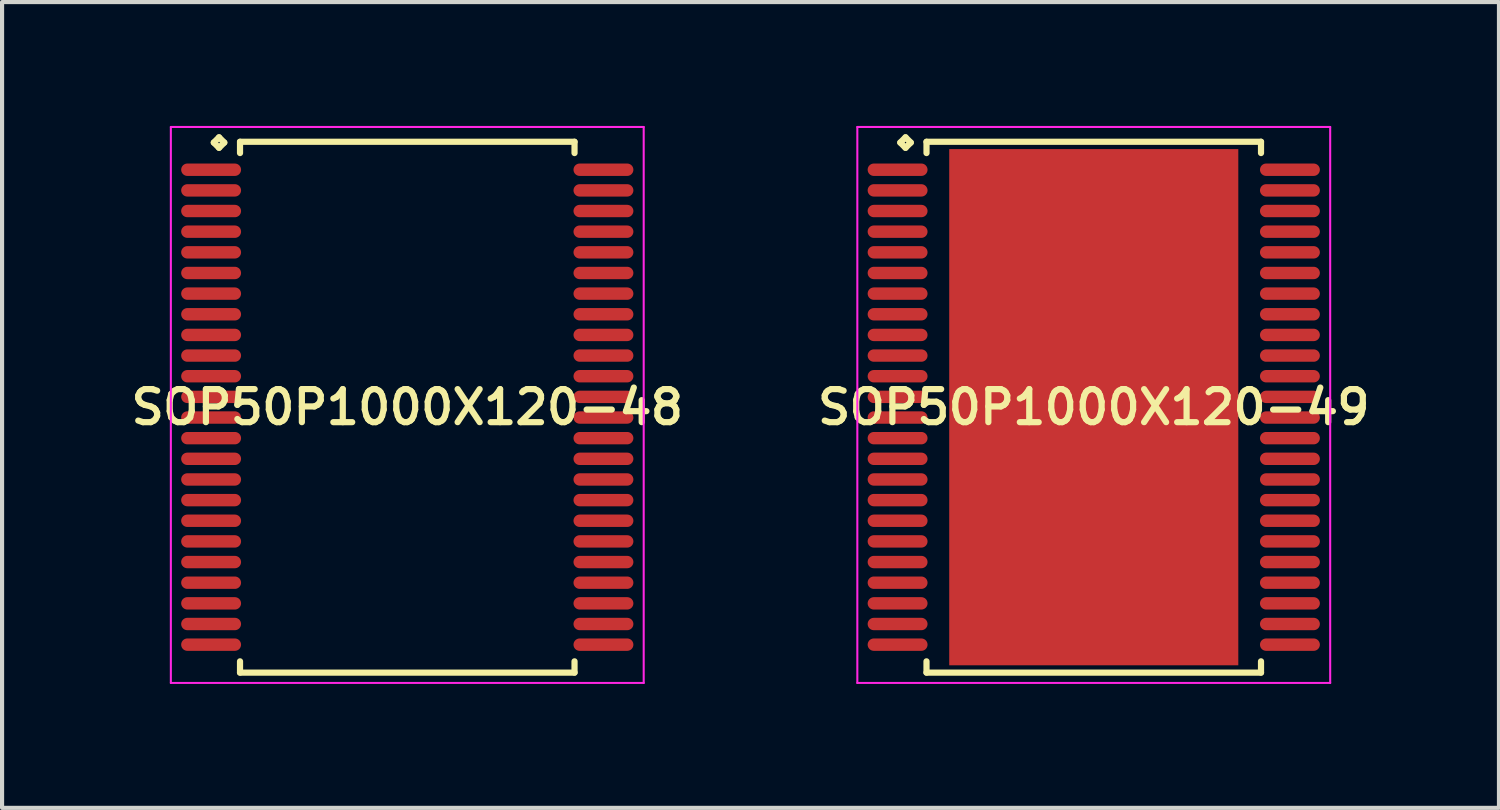
<source format=kicad_pcb>
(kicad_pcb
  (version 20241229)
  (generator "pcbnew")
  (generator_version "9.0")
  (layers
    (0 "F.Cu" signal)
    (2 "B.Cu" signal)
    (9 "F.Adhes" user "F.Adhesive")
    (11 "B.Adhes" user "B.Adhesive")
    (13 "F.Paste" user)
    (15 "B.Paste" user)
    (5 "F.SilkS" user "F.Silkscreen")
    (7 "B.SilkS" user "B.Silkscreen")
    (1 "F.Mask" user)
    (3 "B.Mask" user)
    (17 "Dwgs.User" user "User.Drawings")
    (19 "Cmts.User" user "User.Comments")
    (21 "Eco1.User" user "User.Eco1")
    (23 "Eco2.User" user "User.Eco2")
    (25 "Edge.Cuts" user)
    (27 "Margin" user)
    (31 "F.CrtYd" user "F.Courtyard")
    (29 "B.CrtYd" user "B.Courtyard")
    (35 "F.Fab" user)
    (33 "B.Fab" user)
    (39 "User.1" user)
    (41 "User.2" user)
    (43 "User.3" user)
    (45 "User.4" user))
  (footprint "SOP50P1000X120-49"
    (layer "F.Cu")
    (at 23.435 6.81)
    (property "Reference" "SOP50P1000X120-49" (at 0 0 0) (layer "F.SilkS") (effects (font (size 0.8 0.8) (thickness 0.15))))
    (attr smd)
    (fp_line (start -4.685 -6.408) (end -4.558 -6.535) (stroke (width 0.15) (type solid)) (layer "F.SilkS"))
    (fp_line (start -4.558 -6.535) (end -4.431 -6.408) (stroke (width 0.15) (type solid)) (layer "F.SilkS"))
    (fp_line (start -4.558 -6.281) (end -4.685 -6.408) (stroke (width 0.15) (type solid)) (layer "F.SilkS"))
    (fp_line (start -4.431 -6.408) (end -4.558 -6.281) (stroke (width 0.15) (type solid)) (layer "F.SilkS"))
    (fp_line (start -4.05 -6.427) (end 4.05 -6.427) (stroke (width 0.15) (type solid)) (layer "F.SilkS"))
    (fp_line (start -4.05 -6.154) (end -4.05 -6.427) (stroke (width 0.15) (type solid)) (layer "F.SilkS"))
    (fp_line (start -4.05 6.154) (end -4.05 6.427) (stroke (width 0.15) (type solid)) (layer "F.SilkS"))
    (fp_line (start -4.05 6.427) (end 4.05 6.427) (stroke (width 0.15) (type solid)) (layer "F.SilkS"))
    (fp_line (start 4.05 -6.427) (end 4.05 -6.154) (stroke (width 0.15) (type solid)) (layer "F.SilkS"))
    (fp_line (start 4.05 6.427) (end 4.05 6.154) (stroke (width 0.15) (type solid)) (layer "F.SilkS"))
    (fp_line (start -5.725 -6.785) (end 5.725 -6.785) (stroke (width 0.05) (type solid)) (layer "F.CrtYd"))
    (fp_line (start -5.725 6.677) (end -5.725 -6.785) (stroke (width 0.05) (type solid)) (layer "F.CrtYd"))
    (fp_line (start 5.725 -6.785) (end 5.725 6.677) (stroke (width 0.05) (type solid)) (layer "F.CrtYd"))
    (fp_line (start 5.725 6.677) (end -5.725 6.677) (stroke (width 0.05) (type solid)) (layer "F.CrtYd"))
    (pad "1" smd oval (at -4.75 -5.75) (size 1.45 0.3) (layers "F.Cu" "F.Mask" "F.Paste"))
    (pad "2" smd oval (at -4.75 -5.25) (size 1.45 0.3) (layers "F.Cu" "F.Mask" "F.Paste"))
    (pad "3" smd oval (at -4.75 -4.75) (size 1.45 0.3) (layers "F.Cu" "F.Mask" "F.Paste"))
    (pad "4" smd oval (at -4.75 -4.25) (size 1.45 0.3) (layers "F.Cu" "F.Mask" "F.Paste"))
    (pad "5" smd oval (at -4.75 -3.75) (size 1.45 0.3) (layers "F.Cu" "F.Mask" "F.Paste"))
    (pad "6" smd oval (at -4.75 -3.25) (size 1.45 0.3) (layers "F.Cu" "F.Mask" "F.Paste"))
    (pad "7" smd oval (at -4.75 -2.75) (size 1.45 0.3) (layers "F.Cu" "F.Mask" "F.Paste"))
    (pad "8" smd oval (at -4.75 -2.25) (size 1.45 0.3) (layers "F.Cu" "F.Mask" "F.Paste"))
    (pad "9" smd oval (at -4.75 -1.75) (size 1.45 0.3) (layers "F.Cu" "F.Mask" "F.Paste"))
    (pad "10" smd oval (at -4.75 -1.25) (size 1.45 0.3) (layers "F.Cu" "F.Mask" "F.Paste"))
    (pad "11" smd oval (at -4.75 -0.75) (size 1.45 0.3) (layers "F.Cu" "F.Mask" "F.Paste"))
    (pad "12" smd oval (at -4.75 -0.25) (size 1.45 0.3) (layers "F.Cu" "F.Mask" "F.Paste"))
    (pad "13" smd oval (at -4.75 0.25) (size 1.45 0.3) (layers "F.Cu" "F.Mask" "F.Paste"))
    (pad "14" smd oval (at -4.75 0.75) (size 1.45 0.3) (layers "F.Cu" "F.Mask" "F.Paste"))
    (pad "15" smd oval (at -4.75 1.25) (size 1.45 0.3) (layers "F.Cu" "F.Mask" "F.Paste"))
    (pad "16" smd oval (at -4.75 1.75) (size 1.45 0.3) (layers "F.Cu" "F.Mask" "F.Paste"))
    (pad "17" smd oval (at -4.75 2.25) (size 1.45 0.3) (layers "F.Cu" "F.Mask" "F.Paste"))
    (pad "18" smd oval (at -4.75 2.75) (size 1.45 0.3) (layers "F.Cu" "F.Mask" "F.Paste"))
    (pad "19" smd oval (at -4.75 3.25) (size 1.45 0.3) (layers "F.Cu" "F.Mask" "F.Paste"))
    (pad "20" smd oval (at -4.75 3.75) (size 1.45 0.3) (layers "F.Cu" "F.Mask" "F.Paste"))
    (pad "21" smd oval (at -4.75 4.25) (size 1.45 0.3) (layers "F.Cu" "F.Mask" "F.Paste"))
    (pad "22" smd oval (at -4.75 4.75) (size 1.45 0.3) (layers "F.Cu" "F.Mask" "F.Paste"))
    (pad "23" smd oval (at -4.75 5.25) (size 1.45 0.3) (layers "F.Cu" "F.Mask" "F.Paste"))
    (pad "24" smd oval (at -4.75 5.75) (size 1.45 0.3) (layers "F.Cu" "F.Mask" "F.Paste"))
    (pad "25" smd oval (at 4.75 5.75) (size 1.45 0.3) (layers "F.Cu" "F.Mask" "F.Paste"))
    (pad "26" smd oval (at 4.75 5.25) (size 1.45 0.3) (layers "F.Cu" "F.Mask" "F.Paste"))
    (pad "27" smd oval (at 4.75 4.75) (size 1.45 0.3) (layers "F.Cu" "F.Mask" "F.Paste"))
    (pad "28" smd oval (at 4.75 4.25) (size 1.45 0.3) (layers "F.Cu" "F.Mask" "F.Paste"))
    (pad "29" smd oval (at 4.75 3.75) (size 1.45 0.3) (layers "F.Cu" "F.Mask" "F.Paste"))
    (pad "30" smd oval (at 4.75 3.25) (size 1.45 0.3) (layers "F.Cu" "F.Mask" "F.Paste"))
    (pad "31" smd oval (at 4.75 2.75) (size 1.45 0.3) (layers "F.Cu" "F.Mask" "F.Paste"))
    (pad "32" smd oval (at 4.75 2.25) (size 1.45 0.3) (layers "F.Cu" "F.Mask" "F.Paste"))
    (pad "33" smd oval (at 4.75 1.75) (size 1.45 0.3) (layers "F.Cu" "F.Mask" "F.Paste"))
    (pad "34" smd oval (at 4.75 1.25) (size 1.45 0.3) (layers "F.Cu" "F.Mask" "F.Paste"))
    (pad "35" smd oval (at 4.75 0.75) (size 1.45 0.3) (layers "F.Cu" "F.Mask" "F.Paste"))
    (pad "36" smd oval (at 4.75 0.25) (size 1.45 0.3) (layers "F.Cu" "F.Mask" "F.Paste"))
    (pad "37" smd oval (at 4.75 -0.25) (size 1.45 0.3) (layers "F.Cu" "F.Mask" "F.Paste"))
    (pad "38" smd oval (at 4.75 -0.75) (size 1.45 0.3) (layers "F.Cu" "F.Mask" "F.Paste"))
    (pad "39" smd oval (at 4.75 -1.25) (size 1.45 0.3) (layers "F.Cu" "F.Mask" "F.Paste"))
    (pad "40" smd oval (at 4.75 -1.75) (size 1.45 0.3) (layers "F.Cu" "F.Mask" "F.Paste"))
    (pad "41" smd oval (at 4.75 -2.25) (size 1.45 0.3) (layers "F.Cu" "F.Mask" "F.Paste"))
    (pad "42" smd oval (at 4.75 -2.75) (size 1.45 0.3) (layers "F.Cu" "F.Mask" "F.Paste"))
    (pad "43" smd oval (at 4.75 -3.25) (size 1.45 0.3) (layers "F.Cu" "F.Mask" "F.Paste"))
    (pad "44" smd oval (at 4.75 -3.75) (size 1.45 0.3) (layers "F.Cu" "F.Mask" "F.Paste"))
    (pad "45" smd oval (at 4.75 -4.25) (size 1.45 0.3) (layers "F.Cu" "F.Mask" "F.Paste"))
    (pad "46" smd oval (at 4.75 -4.75) (size 1.45 0.3) (layers "F.Cu" "F.Mask" "F.Paste"))
    (pad "47" smd oval (at 4.75 -5.25) (size 1.45 0.3) (layers "F.Cu" "F.Mask" "F.Paste"))
    (pad "48" smd oval (at 4.75 -5.75) (size 1.45 0.3) (layers "F.Cu" "F.Mask" "F.Paste"))
    (pad "49" smd rect (at 0 0) (size 7 12.5) (layers "F.Cu" "F.Mask" "F.Paste")))
  (footprint "SOP50P1000X120-48"
    (layer "F.Cu")
    (at 6.812 6.81)
    (property "Reference" "SOP50P1000X120-48" (at 0 0 0) (layer "F.SilkS") (effects (font (size 0.8 0.8) (thickness 0.15))))
    (attr smd)
    (fp_line (start -4.685 -6.408) (end -4.558 -6.535) (stroke (width 0.15) (type solid)) (layer "F.SilkS"))
    (fp_line (start -4.558 -6.535) (end -4.431 -6.408) (stroke (width 0.15) (type solid)) (layer "F.SilkS"))
    (fp_line (start -4.558 -6.281) (end -4.685 -6.408) (stroke (width 0.15) (type solid)) (layer "F.SilkS"))
    (fp_line (start -4.431 -6.408) (end -4.558 -6.281) (stroke (width 0.15) (type solid)) (layer "F.SilkS"))
    (fp_line (start -4.05 -6.427) (end 4.05 -6.427) (stroke (width 0.15) (type solid)) (layer "F.SilkS"))
    (fp_line (start -4.05 -6.154) (end -4.05 -6.427) (stroke (width 0.15) (type solid)) (layer "F.SilkS"))
    (fp_line (start -4.05 6.154) (end -4.05 6.427) (stroke (width 0.15) (type solid)) (layer "F.SilkS"))
    (fp_line (start -4.05 6.427) (end 4.05 6.427) (stroke (width 0.15) (type solid)) (layer "F.SilkS"))
    (fp_line (start 4.05 -6.427) (end 4.05 -6.154) (stroke (width 0.15) (type solid)) (layer "F.SilkS"))
    (fp_line (start 4.05 6.427) (end 4.05 6.154) (stroke (width 0.15) (type solid)) (layer "F.SilkS"))
    (fp_line (start -5.725 -6.785) (end 5.725 -6.785) (stroke (width 0.05) (type solid)) (layer "F.CrtYd"))
    (fp_line (start -5.725 6.677) (end -5.725 -6.785) (stroke (width 0.05) (type solid)) (layer "F.CrtYd"))
    (fp_line (start 5.725 -6.785) (end 5.725 6.677) (stroke (width 0.05) (type solid)) (layer "F.CrtYd"))
    (fp_line (start 5.725 6.677) (end -5.725 6.677) (stroke (width 0.05) (type solid)) (layer "F.CrtYd"))
    (pad "1" smd oval (at -4.75 -5.75) (size 1.45 0.3) (layers "F.Cu" "F.Mask" "F.Paste"))
    (pad "2" smd oval (at -4.75 -5.25) (size 1.45 0.3) (layers "F.Cu" "F.Mask" "F.Paste"))
    (pad "3" smd oval (at -4.75 -4.75) (size 1.45 0.3) (layers "F.Cu" "F.Mask" "F.Paste"))
    (pad "4" smd oval (at -4.75 -4.25) (size 1.45 0.3) (layers "F.Cu" "F.Mask" "F.Paste"))
    (pad "5" smd oval (at -4.75 -3.75) (size 1.45 0.3) (layers "F.Cu" "F.Mask" "F.Paste"))
    (pad "6" smd oval (at -4.75 -3.25) (size 1.45 0.3) (layers "F.Cu" "F.Mask" "F.Paste"))
    (pad "7" smd oval (at -4.75 -2.75) (size 1.45 0.3) (layers "F.Cu" "F.Mask" "F.Paste"))
    (pad "8" smd oval (at -4.75 -2.25) (size 1.45 0.3) (layers "F.Cu" "F.Mask" "F.Paste"))
    (pad "9" smd oval (at -4.75 -1.75) (size 1.45 0.3) (layers "F.Cu" "F.Mask" "F.Paste"))
    (pad "10" smd oval (at -4.75 -1.25) (size 1.45 0.3) (layers "F.Cu" "F.Mask" "F.Paste"))
    (pad "11" smd oval (at -4.75 -0.75) (size 1.45 0.3) (layers "F.Cu" "F.Mask" "F.Paste"))
    (pad "12" smd oval (at -4.75 -0.25) (size 1.45 0.3) (layers "F.Cu" "F.Mask" "F.Paste"))
    (pad "13" smd oval (at -4.75 0.25) (size 1.45 0.3) (layers "F.Cu" "F.Mask" "F.Paste"))
    (pad "14" smd oval (at -4.75 0.75) (size 1.45 0.3) (layers "F.Cu" "F.Mask" "F.Paste"))
    (pad "15" smd oval (at -4.75 1.25) (size 1.45 0.3) (layers "F.Cu" "F.Mask" "F.Paste"))
    (pad "16" smd oval (at -4.75 1.75) (size 1.45 0.3) (layers "F.Cu" "F.Mask" "F.Paste"))
    (pad "17" smd oval (at -4.75 2.25) (size 1.45 0.3) (layers "F.Cu" "F.Mask" "F.Paste"))
    (pad "18" smd oval (at -4.75 2.75) (size 1.45 0.3) (layers "F.Cu" "F.Mask" "F.Paste"))
    (pad "19" smd oval (at -4.75 3.25) (size 1.45 0.3) (layers "F.Cu" "F.Mask" "F.Paste"))
    (pad "20" smd oval (at -4.75 3.75) (size 1.45 0.3) (layers "F.Cu" "F.Mask" "F.Paste"))
    (pad "21" smd oval (at -4.75 4.25) (size 1.45 0.3) (layers "F.Cu" "F.Mask" "F.Paste"))
    (pad "22" smd oval (at -4.75 4.75) (size 1.45 0.3) (layers "F.Cu" "F.Mask" "F.Paste"))
    (pad "23" smd oval (at -4.75 5.25) (size 1.45 0.3) (layers "F.Cu" "F.Mask" "F.Paste"))
    (pad "24" smd oval (at -4.75 5.75) (size 1.45 0.3) (layers "F.Cu" "F.Mask" "F.Paste"))
    (pad "25" smd oval (at 4.75 5.75) (size 1.45 0.3) (layers "F.Cu" "F.Mask" "F.Paste"))
    (pad "26" smd oval (at 4.75 5.25) (size 1.45 0.3) (layers "F.Cu" "F.Mask" "F.Paste"))
    (pad "27" smd oval (at 4.75 4.75) (size 1.45 0.3) (layers "F.Cu" "F.Mask" "F.Paste"))
    (pad "28" smd oval (at 4.75 4.25) (size 1.45 0.3) (layers "F.Cu" "F.Mask" "F.Paste"))
    (pad "29" smd oval (at 4.75 3.75) (size 1.45 0.3) (layers "F.Cu" "F.Mask" "F.Paste"))
    (pad "30" smd oval (at 4.75 3.25) (size 1.45 0.3) (layers "F.Cu" "F.Mask" "F.Paste"))
    (pad "31" smd oval (at 4.75 2.75) (size 1.45 0.3) (layers "F.Cu" "F.Mask" "F.Paste"))
    (pad "32" smd oval (at 4.75 2.25) (size 1.45 0.3) (layers "F.Cu" "F.Mask" "F.Paste"))
    (pad "33" smd oval (at 4.75 1.75) (size 1.45 0.3) (layers "F.Cu" "F.Mask" "F.Paste"))
    (pad "34" smd oval (at 4.75 1.25) (size 1.45 0.3) (layers "F.Cu" "F.Mask" "F.Paste"))
    (pad "35" smd oval (at 4.75 0.75) (size 1.45 0.3) (layers "F.Cu" "F.Mask" "F.Paste"))
    (pad "36" smd oval (at 4.75 0.25) (size 1.45 0.3) (layers "F.Cu" "F.Mask" "F.Paste"))
    (pad "37" smd oval (at 4.75 -0.25) (size 1.45 0.3) (layers "F.Cu" "F.Mask" "F.Paste"))
    (pad "38" smd oval (at 4.75 -0.75) (size 1.45 0.3) (layers "F.Cu" "F.Mask" "F.Paste"))
    (pad "39" smd oval (at 4.75 -1.25) (size 1.45 0.3) (layers "F.Cu" "F.Mask" "F.Paste"))
    (pad "40" smd oval (at 4.75 -1.75) (size 1.45 0.3) (layers "F.Cu" "F.Mask" "F.Paste"))
    (pad "41" smd oval (at 4.75 -2.25) (size 1.45 0.3) (layers "F.Cu" "F.Mask" "F.Paste"))
    (pad "42" smd oval (at 4.75 -2.75) (size 1.45 0.3) (layers "F.Cu" "F.Mask" "F.Paste"))
    (pad "43" smd oval (at 4.75 -3.25) (size 1.45 0.3) (layers "F.Cu" "F.Mask" "F.Paste"))
    (pad "44" smd oval (at 4.75 -3.75) (size 1.45 0.3) (layers "F.Cu" "F.Mask" "F.Paste"))
    (pad "45" smd oval (at 4.75 -4.25) (size 1.45 0.3) (layers "F.Cu" "F.Mask" "F.Paste"))
    (pad "46" smd oval (at 4.75 -4.75) (size 1.45 0.3) (layers "F.Cu" "F.Mask" "F.Paste"))
    (pad "47" smd oval (at 4.75 -5.25) (size 1.45 0.3) (layers "F.Cu" "F.Mask" "F.Paste"))
    (pad "48" smd oval (at 4.75 -5.75) (size 1.45 0.3) (layers "F.Cu" "F.Mask" "F.Paste")))
  (gr_rect
    (start -3 -3)
    (end 33.247 16.512)
    (stroke (width 0.1) (type default))
    (fill no)
    (layer "Edge.Cuts")))
</source>
